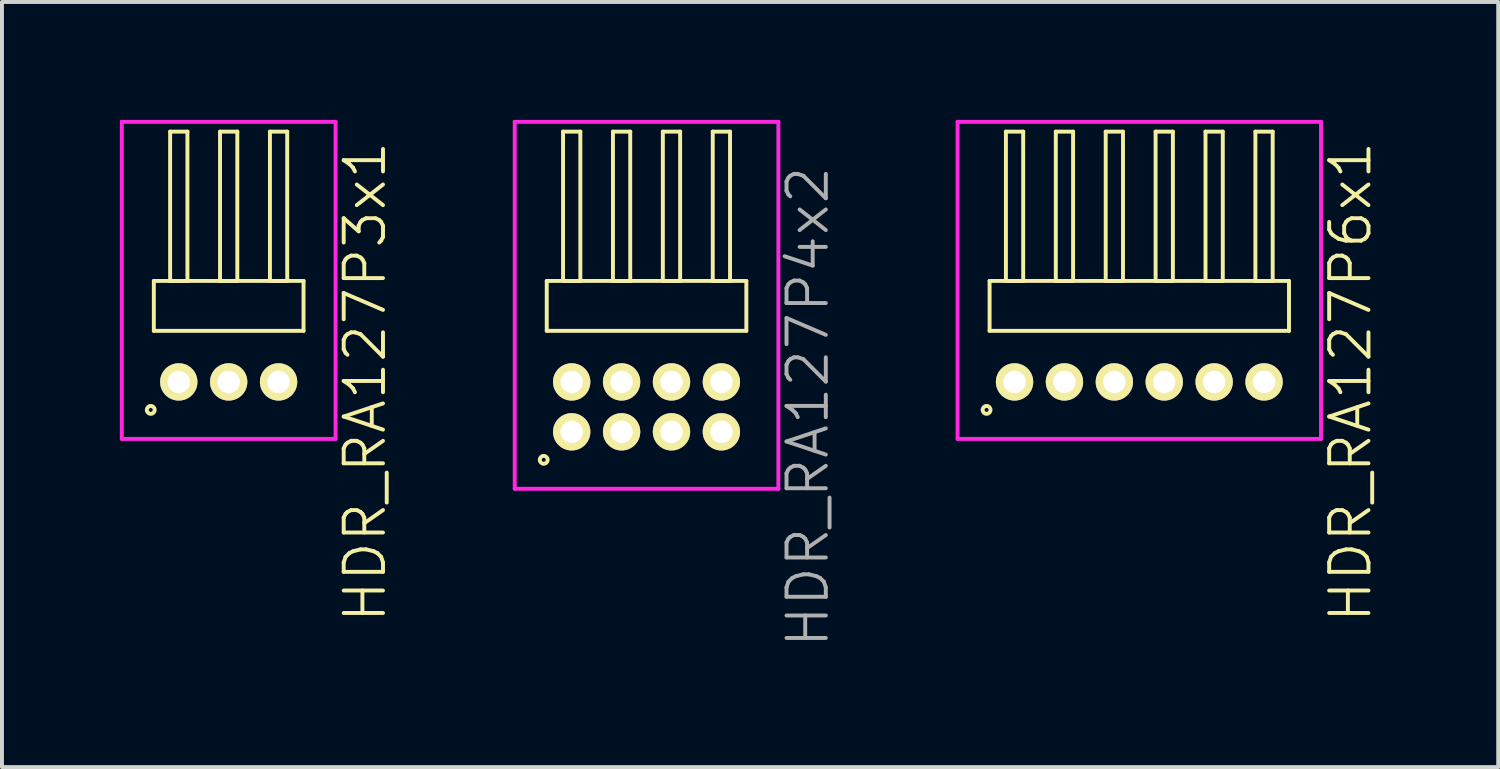
<source format=kicad_pcb>
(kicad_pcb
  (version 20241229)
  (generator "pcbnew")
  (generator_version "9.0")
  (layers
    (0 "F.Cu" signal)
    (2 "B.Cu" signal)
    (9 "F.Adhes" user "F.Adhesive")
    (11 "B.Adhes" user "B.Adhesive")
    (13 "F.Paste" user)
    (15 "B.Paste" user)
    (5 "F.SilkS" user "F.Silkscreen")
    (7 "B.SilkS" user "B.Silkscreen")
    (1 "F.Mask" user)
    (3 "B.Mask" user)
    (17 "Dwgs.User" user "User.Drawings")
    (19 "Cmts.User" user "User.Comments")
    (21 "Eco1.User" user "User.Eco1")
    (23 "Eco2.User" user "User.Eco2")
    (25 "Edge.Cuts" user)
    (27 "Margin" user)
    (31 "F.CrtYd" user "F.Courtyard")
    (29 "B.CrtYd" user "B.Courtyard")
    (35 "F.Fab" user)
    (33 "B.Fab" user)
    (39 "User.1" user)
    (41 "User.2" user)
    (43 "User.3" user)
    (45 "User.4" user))
  (footprint "HDR_RA127P6x1"
    (layer "F.Cu")
    (at 25.946 6.67)
    (property "Reference" "HDR_RA127P6x1" (at 5.375 0 90) (layer "F.SilkS") (effects (font (size 1 1) (thickness 0.1))))
    (attr through_hole)
    (fp_line (start -3.81 -2.57) (end -3.81 -1.3) (stroke (width 0.1) (type solid)) (layer "F.SilkS"))
    (fp_line (start -3.81 -1.3) (end 3.81 -1.3) (stroke (width 0.1) (type solid)) (layer "F.SilkS"))
    (fp_line (start -3.395 -6.37) (end -3.395 -2.57) (stroke (width 0.1) (type solid)) (layer "F.SilkS"))
    (fp_line (start -3.395 -2.57) (end -2.955 -2.57) (stroke (width 0.1) (type solid)) (layer "F.SilkS"))
    (fp_line (start -2.955 -6.37) (end -3.395 -6.37) (stroke (width 0.1) (type solid)) (layer "F.SilkS"))
    (fp_line (start -2.955 -2.57) (end -2.955 -6.37) (stroke (width 0.1) (type solid)) (layer "F.SilkS"))
    (fp_line (start -2.125 -6.37) (end -2.125 -2.57) (stroke (width 0.1) (type solid)) (layer "F.SilkS"))
    (fp_line (start -2.125 -2.57) (end -1.685 -2.57) (stroke (width 0.1) (type solid)) (layer "F.SilkS"))
    (fp_line (start -1.685 -6.37) (end -2.125 -6.37) (stroke (width 0.1) (type solid)) (layer "F.SilkS"))
    (fp_line (start -1.685 -2.57) (end -1.685 -6.37) (stroke (width 0.1) (type solid)) (layer "F.SilkS"))
    (fp_line (start -0.855 -6.37) (end -0.855 -2.57) (stroke (width 0.1) (type solid)) (layer "F.SilkS"))
    (fp_line (start -0.855 -2.57) (end -0.415 -2.57) (stroke (width 0.1) (type solid)) (layer "F.SilkS"))
    (fp_line (start -0.415 -6.37) (end -0.855 -6.37) (stroke (width 0.1) (type solid)) (layer "F.SilkS"))
    (fp_line (start -0.415 -2.57) (end -0.415 -6.37) (stroke (width 0.1) (type solid)) (layer "F.SilkS"))
    (fp_line (start 0.415 -6.37) (end 0.415 -2.57) (stroke (width 0.1) (type solid)) (layer "F.SilkS"))
    (fp_line (start 0.415 -2.57) (end 0.855 -2.57) (stroke (width 0.1) (type solid)) (layer "F.SilkS"))
    (fp_line (start 0.855 -6.37) (end 0.415 -6.37) (stroke (width 0.1) (type solid)) (layer "F.SilkS"))
    (fp_line (start 0.855 -2.57) (end 0.855 -6.37) (stroke (width 0.1) (type solid)) (layer "F.SilkS"))
    (fp_line (start 1.685 -6.37) (end 1.685 -2.57) (stroke (width 0.1) (type solid)) (layer "F.SilkS"))
    (fp_line (start 1.685 -2.57) (end 2.125 -2.57) (stroke (width 0.1) (type solid)) (layer "F.SilkS"))
    (fp_line (start 2.125 -6.37) (end 1.685 -6.37) (stroke (width 0.1) (type solid)) (layer "F.SilkS"))
    (fp_line (start 2.125 -2.57) (end 2.125 -6.37) (stroke (width 0.1) (type solid)) (layer "F.SilkS"))
    (fp_line (start 2.955 -6.37) (end 2.955 -2.57) (stroke (width 0.1) (type solid)) (layer "F.SilkS"))
    (fp_line (start 2.955 -2.57) (end 3.395 -2.57) (stroke (width 0.1) (type solid)) (layer "F.SilkS"))
    (fp_line (start 3.395 -6.37) (end 2.955 -6.37) (stroke (width 0.1) (type solid)) (layer "F.SilkS"))
    (fp_line (start 3.395 -2.57) (end 3.395 -6.37) (stroke (width 0.1) (type solid)) (layer "F.SilkS"))
    (fp_line (start 3.81 -2.57) (end -3.81 -2.57) (stroke (width 0.1) (type solid)) (layer "F.SilkS"))
    (fp_line (start 3.81 -1.3) (end 3.81 -2.57) (stroke (width 0.1) (type solid)) (layer "F.SilkS"))
    (fp_circle (center -3.887 0.712) (end -3.787 0.712) (stroke (width 0.1) (type solid)) (fill no) (layer "F.SilkS"))
    (fp_line (start -4.625 -6.62) (end -4.625 1.45) (stroke (width 0.1) (type solid)) (layer "F.CrtYd"))
    (fp_line (start -4.625 1.45) (end 4.625 1.45) (stroke (width 0.1) (type solid)) (layer "F.CrtYd"))
    (fp_line (start 4.625 -6.62) (end -4.625 -6.62) (stroke (width 0.1) (type solid)) (layer "F.CrtYd"))
    (fp_line (start 4.625 1.45) (end 4.625 -6.62) (stroke (width 0.1) (type solid)) (layer "F.CrtYd"))
    (pad "1" thru_hole oval (at -3.175 0) (size 0.95 0.95) (drill 0.57) (layers "*.Cu" "*.Mask" "F.SilkS"))
    (pad "2" thru_hole oval (at -1.905 0) (size 0.95 0.95) (drill 0.57) (layers "*.Cu" "*.Mask" "F.SilkS"))
    (pad "3" thru_hole oval (at -0.635 0) (size 0.95 0.95) (drill 0.57) (layers "*.Cu" "*.Mask" "F.SilkS"))
    (pad "4" thru_hole oval (at 0.635 0) (size 0.95 0.95) (drill 0.57) (layers "*.Cu" "*.Mask" "F.SilkS"))
    (pad "5" thru_hole oval (at 1.905 0) (size 0.95 0.95) (drill 0.57) (layers "*.Cu" "*.Mask" "F.SilkS"))
    (pad "6" thru_hole oval (at 3.175 0) (size 0.95 0.95) (drill 0.57) (layers "*.Cu" "*.Mask" "F.SilkS")))
  (footprint "HDR_RA127P4x2"
    (layer "F.Cu")
    (at 13.405 7.305)
    (property "Reference" "HDR_RA127P4x2" (at 4.105 0 90) (layer "F.Fab") (effects (font (size 1 1) (thickness 0.1))))
    (attr through_hole)
    (fp_line (start -2.54 -3.205) (end -2.54 -1.935) (stroke (width 0.1) (type solid)) (layer "F.SilkS"))
    (fp_line (start -2.54 -1.935) (end 2.54 -1.935) (stroke (width 0.1) (type solid)) (layer "F.SilkS"))
    (fp_line (start -2.125 -7.005) (end -2.125 -3.205) (stroke (width 0.1) (type solid)) (layer "F.SilkS"))
    (fp_line (start -2.125 -3.205) (end -1.685 -3.205) (stroke (width 0.1) (type solid)) (layer "F.SilkS"))
    (fp_line (start -1.685 -7.005) (end -2.125 -7.005) (stroke (width 0.1) (type solid)) (layer "F.SilkS"))
    (fp_line (start -1.685 -3.205) (end -1.685 -7.005) (stroke (width 0.1) (type solid)) (layer "F.SilkS"))
    (fp_line (start -0.855 -7.005) (end -0.855 -3.205) (stroke (width 0.1) (type solid)) (layer "F.SilkS"))
    (fp_line (start -0.855 -3.205) (end -0.415 -3.205) (stroke (width 0.1) (type solid)) (layer "F.SilkS"))
    (fp_line (start -0.415 -7.005) (end -0.855 -7.005) (stroke (width 0.1) (type solid)) (layer "F.SilkS"))
    (fp_line (start -0.415 -3.205) (end -0.415 -7.005) (stroke (width 0.1) (type solid)) (layer "F.SilkS"))
    (fp_line (start 0.415 -7.005) (end 0.415 -3.205) (stroke (width 0.1) (type solid)) (layer "F.SilkS"))
    (fp_line (start 0.415 -3.205) (end 0.855 -3.205) (stroke (width 0.1) (type solid)) (layer "F.SilkS"))
    (fp_line (start 0.855 -7.005) (end 0.415 -7.005) (stroke (width 0.1) (type solid)) (layer "F.SilkS"))
    (fp_line (start 0.855 -3.205) (end 0.855 -7.005) (stroke (width 0.1) (type solid)) (layer "F.SilkS"))
    (fp_line (start 1.685 -7.005) (end 1.685 -3.205) (stroke (width 0.1) (type solid)) (layer "F.SilkS"))
    (fp_line (start 1.685 -3.205) (end 2.125 -3.205) (stroke (width 0.1) (type solid)) (layer "F.SilkS"))
    (fp_line (start 2.125 -7.005) (end 1.685 -7.005) (stroke (width 0.1) (type solid)) (layer "F.SilkS"))
    (fp_line (start 2.125 -3.205) (end 2.125 -7.005) (stroke (width 0.1) (type solid)) (layer "F.SilkS"))
    (fp_line (start 2.54 -3.205) (end -2.54 -3.205) (stroke (width 0.1) (type solid)) (layer "F.SilkS"))
    (fp_line (start 2.54 -1.935) (end 2.54 -3.205) (stroke (width 0.1) (type solid)) (layer "F.SilkS"))
    (fp_circle (center -2.617 1.348) (end -2.517 1.348) (stroke (width 0.1) (type solid)) (fill no) (layer "F.SilkS"))
    (fp_line (start -3.355 -7.255) (end -3.355 2.085) (stroke (width 0.1) (type solid)) (layer "F.CrtYd"))
    (fp_line (start -3.355 2.085) (end 3.355 2.085) (stroke (width 0.1) (type solid)) (layer "F.CrtYd"))
    (fp_line (start 3.355 -7.255) (end -3.355 -7.255) (stroke (width 0.1) (type solid)) (layer "F.CrtYd"))
    (fp_line (start 3.355 2.085) (end 3.355 -7.255) (stroke (width 0.1) (type solid)) (layer "F.CrtYd"))
    (pad "1" thru_hole oval (at -1.905 0.635) (size 0.95 0.95) (drill 0.57) (layers "*.Cu" "*.Mask" "F.SilkS"))
    (pad "2" thru_hole oval (at -1.905 -0.635) (size 0.95 0.95) (drill 0.57) (layers "*.Cu" "*.Mask" "F.SilkS"))
    (pad "3" thru_hole oval (at -0.635 0.635) (size 0.95 0.95) (drill 0.57) (layers "*.Cu" "*.Mask" "F.SilkS"))
    (pad "4" thru_hole oval (at -0.635 -0.635) (size 0.95 0.95) (drill 0.57) (layers "*.Cu" "*.Mask" "F.SilkS"))
    (pad "5" thru_hole oval (at 0.635 0.635) (size 0.95 0.95) (drill 0.57) (layers "*.Cu" "*.Mask" "F.SilkS"))
    (pad "6" thru_hole oval (at 0.635 -0.635) (size 0.95 0.95) (drill 0.57) (layers "*.Cu" "*.Mask" "F.SilkS"))
    (pad "7" thru_hole oval (at 1.905 0.635) (size 0.95 0.95) (drill 0.57) (layers "*.Cu" "*.Mask" "F.SilkS"))
    (pad "8" thru_hole oval (at 1.905 -0.635) (size 0.95 0.95) (drill 0.57) (layers "*.Cu" "*.Mask" "F.SilkS")))
  (footprint "HDR_RA127P3x1"
    (layer "F.Cu")
    (at 2.77 6.67)
    (property "Reference" "HDR_RA127P3x1" (at 3.47 0 90) (layer "F.SilkS") (effects (font (size 1 1) (thickness 0.1))))
    (attr through_hole)
    (fp_line (start -1.905 -2.57) (end -1.905 -1.3) (stroke (width 0.1) (type solid)) (layer "F.SilkS"))
    (fp_line (start -1.905 -1.3) (end 1.905 -1.3) (stroke (width 0.1) (type solid)) (layer "F.SilkS"))
    (fp_line (start -1.49 -6.37) (end -1.49 -2.57) (stroke (width 0.1) (type solid)) (layer "F.SilkS"))
    (fp_line (start -1.49 -2.57) (end -1.05 -2.57) (stroke (width 0.1) (type solid)) (layer "F.SilkS"))
    (fp_line (start -1.05 -6.37) (end -1.49 -6.37) (stroke (width 0.1) (type solid)) (layer "F.SilkS"))
    (fp_line (start -1.05 -2.57) (end -1.05 -6.37) (stroke (width 0.1) (type solid)) (layer "F.SilkS"))
    (fp_line (start -0.22 -6.37) (end -0.22 -2.57) (stroke (width 0.1) (type solid)) (layer "F.SilkS"))
    (fp_line (start -0.22 -2.57) (end 0.22 -2.57) (stroke (width 0.1) (type solid)) (layer "F.SilkS"))
    (fp_line (start 0.22 -6.37) (end -0.22 -6.37) (stroke (width 0.1) (type solid)) (layer "F.SilkS"))
    (fp_line (start 0.22 -2.57) (end 0.22 -6.37) (stroke (width 0.1) (type solid)) (layer "F.SilkS"))
    (fp_line (start 1.05 -6.37) (end 1.05 -2.57) (stroke (width 0.1) (type solid)) (layer "F.SilkS"))
    (fp_line (start 1.05 -2.57) (end 1.49 -2.57) (stroke (width 0.1) (type solid)) (layer "F.SilkS"))
    (fp_line (start 1.49 -6.37) (end 1.05 -6.37) (stroke (width 0.1) (type solid)) (layer "F.SilkS"))
    (fp_line (start 1.49 -2.57) (end 1.49 -6.37) (stroke (width 0.1) (type solid)) (layer "F.SilkS"))
    (fp_line (start 1.905 -2.57) (end -1.905 -2.57) (stroke (width 0.1) (type solid)) (layer "F.SilkS"))
    (fp_line (start 1.905 -1.3) (end 1.905 -2.57) (stroke (width 0.1) (type solid)) (layer "F.SilkS"))
    (fp_circle (center -1.983 0.712) (end -1.883 0.712) (stroke (width 0.1) (type solid)) (fill no) (layer "F.SilkS"))
    (fp_line (start -2.72 -6.62) (end -2.72 1.45) (stroke (width 0.1) (type solid)) (layer "F.CrtYd"))
    (fp_line (start -2.72 1.45) (end 2.72 1.45) (stroke (width 0.1) (type solid)) (layer "F.CrtYd"))
    (fp_line (start 2.72 -6.62) (end -2.72 -6.62) (stroke (width 0.1) (type solid)) (layer "F.CrtYd"))
    (fp_line (start 2.72 1.45) (end 2.72 -6.62) (stroke (width 0.1) (type solid)) (layer "F.CrtYd"))
    (pad "1" thru_hole oval (at -1.27 0) (size 0.95 0.95) (drill 0.57) (layers "*.Cu" "*.Mask" "F.SilkS"))
    (pad "2" thru_hole oval (at 0 0) (size 0.95 0.95) (drill 0.57) (layers "*.Cu" "*.Mask" "F.SilkS"))
    (pad "3" thru_hole oval (at 1.27 0) (size 0.95 0.95) (drill 0.57) (layers "*.Cu" "*.Mask" "F.SilkS")))
  (gr_rect
    (start -3 -3)
    (end 35.081 16.474)
    (stroke (width 0.1) (type default))
    (fill no)
    (layer "Edge.Cuts")))
</source>
